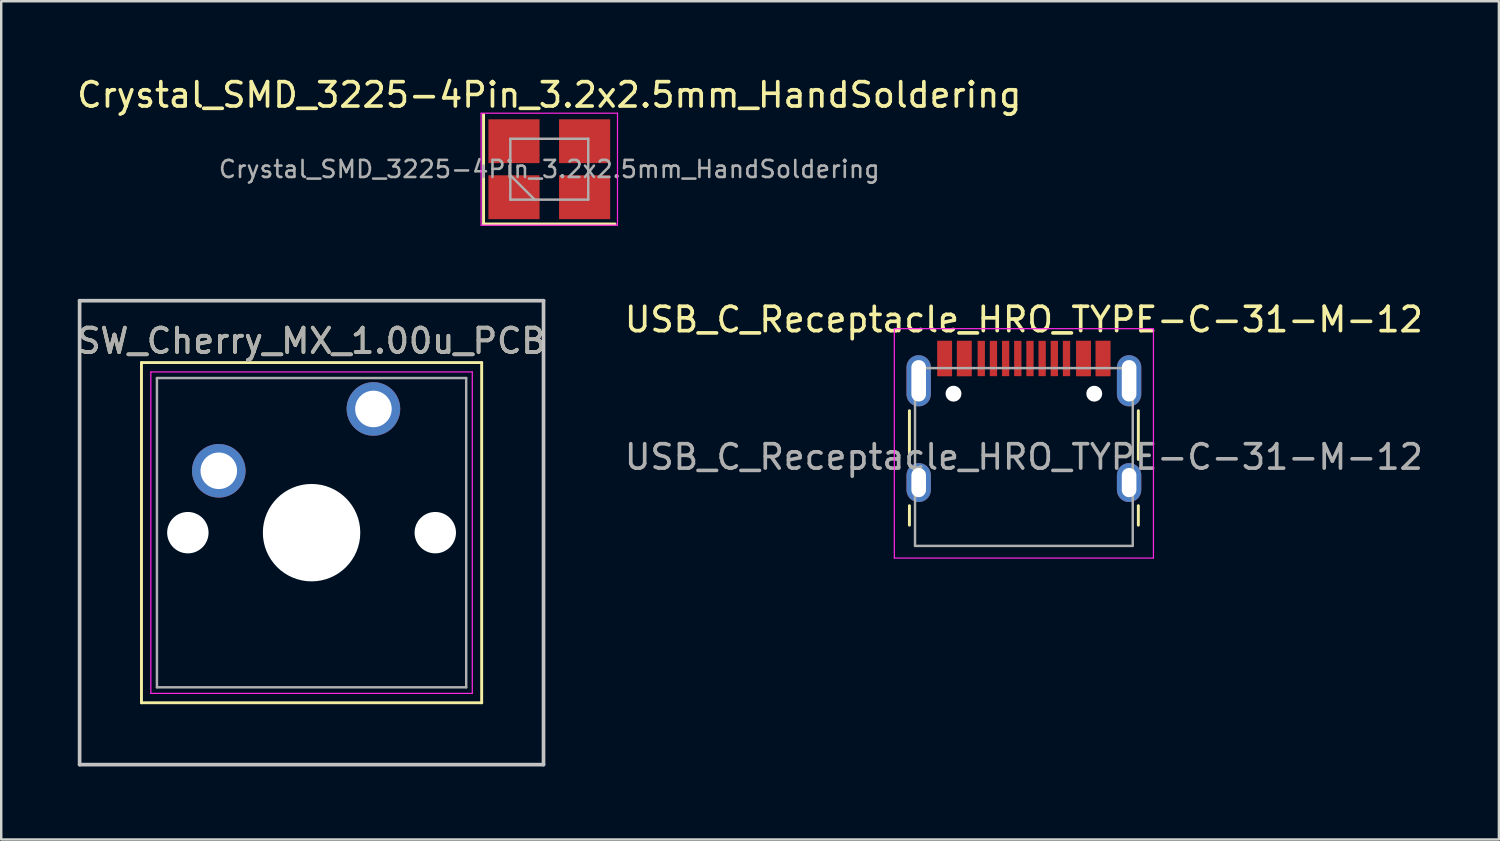
<source format=kicad_pcb>
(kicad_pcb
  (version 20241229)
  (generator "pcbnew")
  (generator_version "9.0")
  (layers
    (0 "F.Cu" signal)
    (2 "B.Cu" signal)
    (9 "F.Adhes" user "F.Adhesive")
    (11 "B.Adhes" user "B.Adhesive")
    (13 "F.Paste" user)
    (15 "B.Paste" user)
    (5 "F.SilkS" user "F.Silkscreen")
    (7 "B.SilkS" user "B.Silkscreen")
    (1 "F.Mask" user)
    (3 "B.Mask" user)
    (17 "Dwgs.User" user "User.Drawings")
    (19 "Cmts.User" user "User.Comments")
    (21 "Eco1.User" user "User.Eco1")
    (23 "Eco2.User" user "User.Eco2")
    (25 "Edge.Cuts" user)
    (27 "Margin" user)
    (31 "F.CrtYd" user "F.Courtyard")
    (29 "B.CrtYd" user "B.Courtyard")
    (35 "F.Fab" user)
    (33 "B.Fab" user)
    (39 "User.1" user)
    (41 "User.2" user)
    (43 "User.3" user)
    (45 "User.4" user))
  (footprint "SW_Cherry_MX_1.00u_PCB"
    (layer "F.Cu")
    (at 9.744 18.823)
    (property "Reference" "SW_Cherry_MX_1.00u_PCB" (at 0 -7.874 0) (layer "F.SilkS") (effects (font (size 1 1) (thickness 0.15))))
    (attr through_hole)
    (fp_line (start -6.985 -6.985) (end 6.985 -6.985) (stroke (width 0.12) (type solid)) (layer "F.SilkS"))
    (fp_line (start -6.985 6.985) (end -6.985 -6.985) (stroke (width 0.12) (type solid)) (layer "F.SilkS"))
    (fp_line (start 6.985 -6.985) (end 6.985 6.985) (stroke (width 0.12) (type solid)) (layer "F.SilkS"))
    (fp_line (start 6.985 6.985) (end -6.985 6.985) (stroke (width 0.12) (type solid)) (layer "F.SilkS"))
    (fp_line (start -9.525 -9.525) (end 9.525 -9.525) (stroke (width 0.15) (type solid)) (layer "Dwgs.User"))
    (fp_line (start -9.525 9.525) (end -9.525 -9.525) (stroke (width 0.15) (type solid)) (layer "Dwgs.User"))
    (fp_line (start 9.525 -9.525) (end 9.525 9.525) (stroke (width 0.15) (type solid)) (layer "Dwgs.User"))
    (fp_line (start 9.525 9.525) (end -9.525 9.525) (stroke (width 0.15) (type solid)) (layer "Dwgs.User"))
    (fp_line (start -6.6 -6.6) (end 6.6 -6.6) (stroke (width 0.05) (type solid)) (layer "F.CrtYd"))
    (fp_line (start -6.6 6.6) (end -6.6 -6.6) (stroke (width 0.05) (type solid)) (layer "F.CrtYd"))
    (fp_line (start 6.6 -6.6) (end 6.6 6.6) (stroke (width 0.05) (type solid)) (layer "F.CrtYd"))
    (fp_line (start 6.6 6.6) (end -6.6 6.6) (stroke (width 0.05) (type solid)) (layer "F.CrtYd"))
    (fp_line (start -6.35 -6.35) (end 6.35 -6.35) (stroke (width 0.1) (type solid)) (layer "F.Fab"))
    (fp_line (start -6.35 6.35) (end -6.35 -6.35) (stroke (width 0.1) (type solid)) (layer "F.Fab"))
    (fp_line (start 6.35 -6.35) (end 6.35 6.35) (stroke (width 0.1) (type solid)) (layer "F.Fab"))
    (fp_line (start 6.35 6.35) (end -6.35 6.35) (stroke (width 0.1) (type solid)) (layer "F.Fab"))
    (fp_text user "${REFERENCE}" (at 0 -7.874 0) (layer "F.Fab") (effects (font (size 1 1) (thickness 0.15))))
    (pad "" np_thru_hole circle (at -5.08 0) (size 1.7 1.7) (drill 1.7) (layers "*.Cu" "*.Mask"))
    (pad "" np_thru_hole circle (at 0 0) (size 4 4) (drill 4) (layers "*.Cu" "*.Mask"))
    (pad "" np_thru_hole circle (at 5.08 0) (size 1.7 1.7) (drill 1.7) (layers "*.Cu" "*.Mask"))
    (pad "1" thru_hole circle (at 2.54 -5.08) (size 2.2 2.2) (drill 1.5) (layers "*.Cu" "*.Mask"))
    (pad "2" thru_hole circle (at -3.81 -2.54) (size 2.2 2.2) (drill 1.5) (layers "*.Cu" "*.Mask")))
  (footprint "Crystal_SMD_3225-4Pin_3.2x2.5mm_HandSoldering"
    (layer "F.Cu")
    (at 19.506 3.898)
    (property "Reference" "Crystal_SMD_3225-4Pin_3.2x2.5mm_HandSoldering" (at 0 -3.05 0) (layer "F.SilkS") (effects (font (size 1 1) (thickness 0.15))))
    (attr smd)
    (fp_line (start -2.7 -2.25) (end -2.7 2.25) (stroke (width 0.12) (type solid)) (layer "F.SilkS"))
    (fp_line (start -2.7 2.25) (end 2.7 2.25) (stroke (width 0.12) (type solid)) (layer "F.SilkS"))
    (fp_line (start -2.8 -2.3) (end -2.8 2.3) (stroke (width 0.05) (type solid)) (layer "F.CrtYd"))
    (fp_line (start -2.8 2.3) (end 2.8 2.3) (stroke (width 0.05) (type solid)) (layer "F.CrtYd"))
    (fp_line (start 2.8 -2.3) (end -2.8 -2.3) (stroke (width 0.05) (type solid)) (layer "F.CrtYd"))
    (fp_line (start 2.8 2.3) (end 2.8 -2.3) (stroke (width 0.05) (type solid)) (layer "F.CrtYd"))
    (fp_line (start -1.6 -1.25) (end -1.6 1.25) (stroke (width 0.1) (type solid)) (layer "F.Fab"))
    (fp_line (start -1.6 0.25) (end -0.6 1.25) (stroke (width 0.1) (type solid)) (layer "F.Fab"))
    (fp_line (start -1.6 1.25) (end 1.6 1.25) (stroke (width 0.1) (type solid)) (layer "F.Fab"))
    (fp_line (start 1.6 -1.25) (end -1.6 -1.25) (stroke (width 0.1) (type solid)) (layer "F.Fab"))
    (fp_line (start 1.6 1.25) (end 1.6 -1.25) (stroke (width 0.1) (type solid)) (layer "F.Fab"))
    (fp_text user "${REFERENCE}" (at 0 0 0) (layer "F.Fab") (effects (font (size 0.7 0.7) (thickness 0.105))))
    (pad "1" smd rect (at -1.45 1.15) (size 2.1 1.8) (layers "F.Cu" "F.Mask" "F.Paste"))
    (pad "2" smd rect (at -1.45 -1.15) (size 2.1 1.8) (layers "F.Cu" "F.Mask" "F.Paste"))
    (pad "2" smd rect (at 1.45 1.15) (size 2.1 1.8) (layers "F.Cu" "F.Mask" "F.Paste"))
    (pad "3" smd rect (at 1.45 -1.15) (size 2.1 1.8) (layers "F.Cu" "F.Mask" "F.Paste")))
  (footprint "USB_C_Receptacle_HRO_TYPE-C-31-M-12"
    (layer "F.Cu")
    (at 38.994 15.716)
    (property "Reference" "USB_C_Receptacle_HRO_TYPE-C-31-M-12" (at 0 -5.645 0) (layer "F.SilkS") (effects (font (size 1 1) (thickness 0.15))))
    (attr smd)
    (fp_line (start -4.7 -1.9) (end -4.7 0.1) (stroke (width 0.12) (type solid)) (layer "F.SilkS"))
    (fp_line (start -4.7 2) (end -4.7 2.8) (stroke (width 0.12) (type solid)) (layer "F.SilkS"))
    (fp_line (start 4.7 -1.9) (end 4.7 0.1) (stroke (width 0.12) (type solid)) (layer "F.SilkS"))
    (fp_line (start 4.7 2) (end 4.7 2.8) (stroke (width 0.12) (type solid)) (layer "F.SilkS"))
    (fp_line (start -5.32 -5.27) (end -5.32 4.15) (stroke (width 0.05) (type solid)) (layer "F.CrtYd"))
    (fp_line (start -5.32 -5.27) (end 5.32 -5.27) (stroke (width 0.05) (type solid)) (layer "F.CrtYd"))
    (fp_line (start -5.32 4.15) (end 5.32 4.15) (stroke (width 0.05) (type solid)) (layer "F.CrtYd"))
    (fp_line (start 5.32 -5.27) (end 5.32 4.15) (stroke (width 0.05) (type solid)) (layer "F.CrtYd"))
    (fp_line (start -4.47 -3.65) (end -4.47 3.65) (stroke (width 0.1) (type solid)) (layer "F.Fab"))
    (fp_line (start -4.47 -3.65) (end 4.47 -3.65) (stroke (width 0.1) (type solid)) (layer "F.Fab"))
    (fp_line (start -4.47 3.65) (end 4.47 3.65) (stroke (width 0.1) (type solid)) (layer "F.Fab"))
    (fp_line (start 4.47 -3.65) (end 4.47 3.65) (stroke (width 0.1) (type solid)) (layer "F.Fab"))
    (fp_text user "${REFERENCE}" (at 0 0 0) (layer "F.Fab") (effects (font (size 1 1) (thickness 0.15))))
    (pad "" np_thru_hole circle (at -2.89 -2.6) (size 0.65 0.65) (drill 0.65) (layers "*.Cu" "*.Mask"))
    (pad "" np_thru_hole circle (at 2.89 -2.6) (size 0.65 0.65) (drill 0.65) (layers "*.Cu" "*.Mask"))
    (pad "A1" smd rect (at -3.25 -4.045) (size 0.6 1.45) (layers "F.Cu" "F.Mask" "F.Paste"))
    (pad "A4" smd rect (at -2.45 -4.045) (size 0.6 1.45) (layers "F.Cu" "F.Mask" "F.Paste"))
    (pad "A5" smd rect (at -1.25 -4.045) (size 0.3 1.45) (layers "F.Cu" "F.Mask" "F.Paste"))
    (pad "A6" smd rect (at -0.25 -4.045) (size 0.3 1.45) (layers "F.Cu" "F.Mask" "F.Paste"))
    (pad "A7" smd rect (at 0.25 -4.045) (size 0.3 1.45) (layers "F.Cu" "F.Mask" "F.Paste"))
    (pad "A8" smd rect (at 1.25 -4.045) (size 0.3 1.45) (layers "F.Cu" "F.Mask" "F.Paste"))
    (pad "A9" smd rect (at 2.45 -4.045) (size 0.6 1.45) (layers "F.Cu" "F.Mask" "F.Paste"))
    (pad "A12" smd rect (at 3.25 -4.045) (size 0.6 1.45) (layers "F.Cu" "F.Mask" "F.Paste"))
    (pad "B1" smd rect (at 3.25 -4.045) (size 0.6 1.45) (layers "F.Cu" "F.Mask" "F.Paste"))
    (pad "B4" smd rect (at 2.45 -4.045) (size 0.6 1.45) (layers "F.Cu" "F.Mask" "F.Paste"))
    (pad "B5" smd rect (at 1.75 -4.045) (size 0.3 1.45) (layers "F.Cu" "F.Mask" "F.Paste"))
    (pad "B6" smd rect (at 0.75 -4.045) (size 0.3 1.45) (layers "F.Cu" "F.Mask" "F.Paste"))
    (pad "B7" smd rect (at -0.75 -4.045) (size 0.3 1.45) (layers "F.Cu" "F.Mask" "F.Paste"))
    (pad "B8" smd rect (at -1.75 -4.045) (size 0.3 1.45) (layers "F.Cu" "F.Mask" "F.Paste"))
    (pad "B9" smd rect (at -2.45 -4.045) (size 0.6 1.45) (layers "F.Cu" "F.Mask" "F.Paste"))
    (pad "B12" smd rect (at -3.25 -4.045) (size 0.6 1.45) (layers "F.Cu" "F.Mask" "F.Paste"))
    (pad "S1" thru_hole oval (at -4.32 -3.13) (size 1 2.1) (drill oval 0.6 1.7) (layers "*.Cu" "*.Mask"))
    (pad "S1" thru_hole oval (at -4.32 1.05) (size 1 1.6) (drill oval 0.6 1.2) (layers "*.Cu" "*.Mask"))
    (pad "S1" thru_hole oval (at 4.32 -3.13) (size 1 2.1) (drill oval 0.6 1.7) (layers "*.Cu" "*.Mask"))
    (pad "S1" thru_hole oval (at 4.32 1.05) (size 1 1.6) (drill oval 0.6 1.2) (layers "*.Cu" "*.Mask")))
  (gr_rect
    (start -3 -3)
    (end 58.5 31.423)
    (stroke (width 0.1) (type default))
    (fill no)
    (layer "Edge.Cuts")))
</source>
